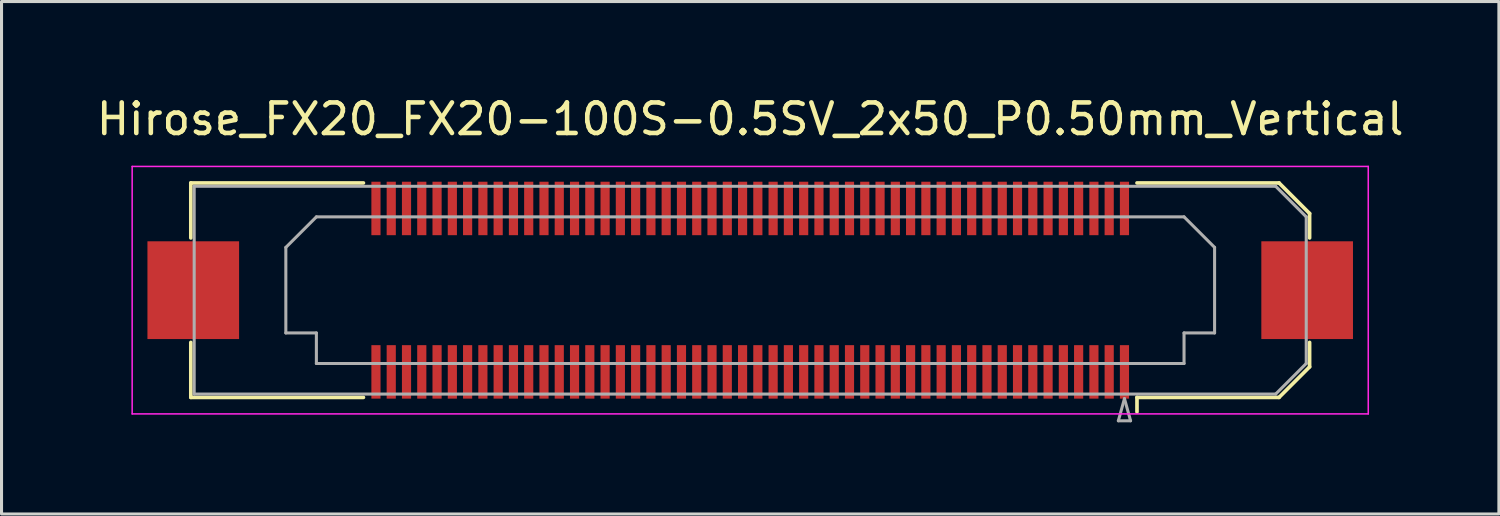
<source format=kicad_pcb>
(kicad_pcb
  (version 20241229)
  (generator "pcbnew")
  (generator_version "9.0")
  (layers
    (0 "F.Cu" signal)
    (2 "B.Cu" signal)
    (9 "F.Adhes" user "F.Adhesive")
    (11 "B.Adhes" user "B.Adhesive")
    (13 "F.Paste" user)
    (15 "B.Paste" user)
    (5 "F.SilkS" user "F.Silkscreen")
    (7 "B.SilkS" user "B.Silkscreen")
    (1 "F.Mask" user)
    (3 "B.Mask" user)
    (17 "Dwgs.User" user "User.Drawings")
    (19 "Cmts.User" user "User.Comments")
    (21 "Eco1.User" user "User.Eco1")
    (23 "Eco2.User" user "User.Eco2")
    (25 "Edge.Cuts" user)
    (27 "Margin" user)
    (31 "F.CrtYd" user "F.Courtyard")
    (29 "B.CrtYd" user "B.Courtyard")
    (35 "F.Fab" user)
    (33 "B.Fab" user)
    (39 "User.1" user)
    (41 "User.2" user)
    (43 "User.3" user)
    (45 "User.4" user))
  (footprint "Hirose_FX20_FX20-100S-0.5SV_2x50_P0.50mm_Vertical"
    (layer "F.Cu")
    (at 21.506 6.448)
    (property "Reference" "Hirose_FX20_FX20-100S-0.5SV_2x50_P0.50mm_Vertical" (at 0 -5.6 0) (layer "F.SilkS") (effects (font (size 1 1) (thickness 0.15))))
    (attr smd)
    (fp_line (start -18.31 -3.51) (end -12.66 -3.51) (stroke (width 0.12) (type solid)) (layer "F.SilkS"))
    (fp_line (start -18.31 -1.71) (end -18.31 -3.51) (stroke (width 0.12) (type solid)) (layer "F.SilkS"))
    (fp_line (start -18.31 3.51) (end -18.31 1.71) (stroke (width 0.12) (type solid)) (layer "F.SilkS"))
    (fp_line (start -12.66 3.51) (end -18.31 3.51) (stroke (width 0.12) (type solid)) (layer "F.SilkS"))
    (fp_line (start 12.66 3.51) (end 17.31 3.51) (stroke (width 0.12) (type solid)) (layer "F.SilkS"))
    (fp_line (start 12.66 3.983) (end 12.66 3.51) (stroke (width 0.12) (type solid)) (layer "F.SilkS"))
    (fp_line (start 17.31 -3.51) (end 12.66 -3.51) (stroke (width 0.12) (type solid)) (layer "F.SilkS"))
    (fp_line (start 17.31 3.51) (end 18.31 2.51) (stroke (width 0.12) (type solid)) (layer "F.SilkS"))
    (fp_line (start 18.31 -2.51) (end 17.31 -3.51) (stroke (width 0.12) (type solid)) (layer "F.SilkS"))
    (fp_line (start 18.31 -1.71) (end 18.31 -2.51) (stroke (width 0.12) (type solid)) (layer "F.SilkS"))
    (fp_line (start 18.31 2.51) (end 18.31 1.71) (stroke (width 0.12) (type solid)) (layer "F.SilkS"))
    (fp_line (start -20.23 -4.05) (end -20.23 4.05) (stroke (width 0.05) (type solid)) (layer "F.CrtYd"))
    (fp_line (start -20.23 4.05) (end 20.23 4.05) (stroke (width 0.05) (type solid)) (layer "F.CrtYd"))
    (fp_line (start 20.23 -4.05) (end -20.23 -4.05) (stroke (width 0.05) (type solid)) (layer "F.CrtYd"))
    (fp_line (start 20.23 4.05) (end 20.23 -4.05) (stroke (width 0.05) (type solid)) (layer "F.CrtYd"))
    (fp_line (start -18.2 -3.4) (end 17.2 -3.4) (stroke (width 0.1) (type solid)) (layer "F.Fab"))
    (fp_line (start -18.2 3.4) (end -18.2 -3.4) (stroke (width 0.1) (type solid)) (layer "F.Fab"))
    (fp_line (start -15.2 -1.4) (end -14.2 -2.4) (stroke (width 0.1) (type solid)) (layer "F.Fab"))
    (fp_line (start -15.2 1.4) (end -15.2 -1.4) (stroke (width 0.1) (type solid)) (layer "F.Fab"))
    (fp_line (start -14.2 -2.4) (end 14.2 -2.4) (stroke (width 0.1) (type solid)) (layer "F.Fab"))
    (fp_line (start -14.2 1.4) (end -15.2 1.4) (stroke (width 0.1) (type solid)) (layer "F.Fab"))
    (fp_line (start -14.2 2.4) (end -14.2 1.4) (stroke (width 0.1) (type solid)) (layer "F.Fab"))
    (fp_line (start 12.05 4.275) (end 12.45 4.275) (stroke (width 0.1) (type solid)) (layer "F.Fab"))
    (fp_line (start 12.25 3.55) (end 12.05 4.275) (stroke (width 0.1) (type solid)) (layer "F.Fab"))
    (fp_line (start 12.45 4.275) (end 12.25 3.55) (stroke (width 0.1) (type solid)) (layer "F.Fab"))
    (fp_line (start 14.2 -2.4) (end 15.2 -1.4) (stroke (width 0.1) (type solid)) (layer "F.Fab"))
    (fp_line (start 14.2 1.4) (end 14.2 2.4) (stroke (width 0.1) (type solid)) (layer "F.Fab"))
    (fp_line (start 14.2 2.4) (end -14.2 2.4) (stroke (width 0.1) (type solid)) (layer "F.Fab"))
    (fp_line (start 15.2 -1.4) (end 15.2 1.4) (stroke (width 0.1) (type solid)) (layer "F.Fab"))
    (fp_line (start 15.2 1.4) (end 14.2 1.4) (stroke (width 0.1) (type solid)) (layer "F.Fab"))
    (fp_line (start 17.2 -3.4) (end 18.2 -2.4) (stroke (width 0.1) (type solid)) (layer "F.Fab"))
    (fp_line (start 17.2 3.4) (end -18.2 3.4) (stroke (width 0.1) (type solid)) (layer "F.Fab"))
    (fp_line (start 18.2 -2.4) (end 18.2 2.4) (stroke (width 0.1) (type solid)) (layer "F.Fab"))
    (fp_line (start 18.2 2.4) (end 17.2 3.4) (stroke (width 0.1) (type solid)) (layer "F.Fab"))
    (pad "" smd rect (at -18.23 0) (size 2.98 3.18) (layers "F.Paste"))
    (pad "" smd rect (at -18.23 0) (size 3 3.2) (layers "F.Cu" "F.Mask"))
    (pad "" smd rect (at -12.25 -2.875) (size 0.28 1.35) (layers "F.Paste"))
    (pad "" smd rect (at -12.25 2.875) (size 0.28 1.35) (layers "F.Paste"))
    (pad "" smd rect (at -11.75 -2.875) (size 0.28 1.35) (layers "F.Paste"))
    (pad "" smd rect (at -11.75 2.875) (size 0.28 1.35) (layers "F.Paste"))
    (pad "" smd rect (at -11.25 -2.875) (size 0.28 1.35) (layers "F.Paste"))
    (pad "" smd rect (at -11.25 2.875) (size 0.28 1.35) (layers "F.Paste"))
    (pad "" smd rect (at -10.75 -2.875) (size 0.28 1.35) (layers "F.Paste"))
    (pad "" smd rect (at -10.75 2.875) (size 0.28 1.35) (layers "F.Paste"))
    (pad "" smd rect (at -10.25 -2.875) (size 0.28 1.35) (layers "F.Paste"))
    (pad "" smd rect (at -10.25 2.875) (size 0.28 1.35) (layers "F.Paste"))
    (pad "" smd rect (at -9.75 -2.875) (size 0.28 1.35) (layers "F.Paste"))
    (pad "" smd rect (at -9.75 2.875) (size 0.28 1.35) (layers "F.Paste"))
    (pad "" smd rect (at -9.25 -2.875) (size 0.28 1.35) (layers "F.Paste"))
    (pad "" smd rect (at -9.25 2.875) (size 0.28 1.35) (layers "F.Paste"))
    (pad "" smd rect (at -8.75 -2.875) (size 0.28 1.35) (layers "F.Paste"))
    (pad "" smd rect (at -8.75 2.875) (size 0.28 1.35) (layers "F.Paste"))
    (pad "" smd rect (at -8.25 -2.875) (size 0.28 1.35) (layers "F.Paste"))
    (pad "" smd rect (at -8.25 2.875) (size 0.28 1.35) (layers "F.Paste"))
    (pad "" smd rect (at -7.75 -2.875) (size 0.28 1.35) (layers "F.Paste"))
    (pad "" smd rect (at -7.75 2.875) (size 0.28 1.35) (layers "F.Paste"))
    (pad "" smd rect (at -7.25 -2.875) (size 0.28 1.35) (layers "F.Paste"))
    (pad "" smd rect (at -7.25 2.875) (size 0.28 1.35) (layers "F.Paste"))
    (pad "" smd rect (at -6.75 -2.875) (size 0.28 1.35) (layers "F.Paste"))
    (pad "" smd rect (at -6.75 2.875) (size 0.28 1.35) (layers "F.Paste"))
    (pad "" smd rect (at -6.25 -2.875) (size 0.28 1.35) (layers "F.Paste"))
    (pad "" smd rect (at -6.25 2.875) (size 0.28 1.35) (layers "F.Paste"))
    (pad "" smd rect (at -5.75 -2.875) (size 0.28 1.35) (layers "F.Paste"))
    (pad "" smd rect (at -5.75 2.875) (size 0.28 1.35) (layers "F.Paste"))
    (pad "" smd rect (at -5.25 -2.875) (size 0.28 1.35) (layers "F.Paste"))
    (pad "" smd rect (at -5.25 2.875) (size 0.28 1.35) (layers "F.Paste"))
    (pad "" smd rect (at -4.75 -2.875) (size 0.28 1.35) (layers "F.Paste"))
    (pad "" smd rect (at -4.75 2.875) (size 0.28 1.35) (layers "F.Paste"))
    (pad "" smd rect (at -4.25 -2.875) (size 0.28 1.35) (layers "F.Paste"))
    (pad "" smd rect (at -4.25 2.875) (size 0.28 1.35) (layers "F.Paste"))
    (pad "" smd rect (at -3.75 -2.875) (size 0.28 1.35) (layers "F.Paste"))
    (pad "" smd rect (at -3.75 2.875) (size 0.28 1.35) (layers "F.Paste"))
    (pad "" smd rect (at -3.25 -2.875) (size 0.28 1.35) (layers "F.Paste"))
    (pad "" smd rect (at -3.25 2.875) (size 0.28 1.35) (layers "F.Paste"))
    (pad "" smd rect (at -2.75 -2.875) (size 0.28 1.35) (layers "F.Paste"))
    (pad "" smd rect (at -2.75 2.875) (size 0.28 1.35) (layers "F.Paste"))
    (pad "" smd rect (at -2.25 -2.875) (size 0.28 1.35) (layers "F.Paste"))
    (pad "" smd rect (at -2.25 2.875) (size 0.28 1.35) (layers "F.Paste"))
    (pad "" smd rect (at -1.75 -2.875) (size 0.28 1.35) (layers "F.Paste"))
    (pad "" smd rect (at -1.75 2.875) (size 0.28 1.35) (layers "F.Paste"))
    (pad "" smd rect (at -1.25 -2.875) (size 0.28 1.35) (layers "F.Paste"))
    (pad "" smd rect (at -1.25 2.875) (size 0.28 1.35) (layers "F.Paste"))
    (pad "" smd rect (at -0.75 -2.875) (size 0.28 1.35) (layers "F.Paste"))
    (pad "" smd rect (at -0.75 2.875) (size 0.28 1.35) (layers "F.Paste"))
    (pad "" smd rect (at -0.25 -2.875) (size 0.28 1.35) (layers "F.Paste"))
    (pad "" smd rect (at -0.25 2.875) (size 0.28 1.35) (layers "F.Paste"))
    (pad "" smd rect (at 0.25 -2.875) (size 0.28 1.35) (layers "F.Paste"))
    (pad "" smd rect (at 0.25 2.875) (size 0.28 1.35) (layers "F.Paste"))
    (pad "" smd rect (at 0.75 -2.875) (size 0.28 1.35) (layers "F.Paste"))
    (pad "" smd rect (at 0.75 2.875) (size 0.28 1.35) (layers "F.Paste"))
    (pad "" smd rect (at 1.25 -2.875) (size 0.28 1.35) (layers "F.Paste"))
    (pad "" smd rect (at 1.25 2.875) (size 0.28 1.35) (layers "F.Paste"))
    (pad "" smd rect (at 1.75 -2.875) (size 0.28 1.35) (layers "F.Paste"))
    (pad "" smd rect (at 1.75 2.875) (size 0.28 1.35) (layers "F.Paste"))
    (pad "" smd rect (at 2.25 -2.875) (size 0.28 1.35) (layers "F.Paste"))
    (pad "" smd rect (at 2.25 2.875) (size 0.28 1.35) (layers "F.Paste"))
    (pad "" smd rect (at 2.75 -2.875) (size 0.28 1.35) (layers "F.Paste"))
    (pad "" smd rect (at 2.75 2.875) (size 0.28 1.35) (layers "F.Paste"))
    (pad "" smd rect (at 3.25 -2.875) (size 0.28 1.35) (layers "F.Paste"))
    (pad "" smd rect (at 3.25 2.875) (size 0.28 1.35) (layers "F.Paste"))
    (pad "" smd rect (at 3.75 -2.875) (size 0.28 1.35) (layers "F.Paste"))
    (pad "" smd rect (at 3.75 2.875) (size 0.28 1.35) (layers "F.Paste"))
    (pad "" smd rect (at 4.25 -2.875) (size 0.28 1.35) (layers "F.Paste"))
    (pad "" smd rect (at 4.25 2.875) (size 0.28 1.35) (layers "F.Paste"))
    (pad "" smd rect (at 4.75 -2.875) (size 0.28 1.35) (layers "F.Paste"))
    (pad "" smd rect (at 4.75 2.875) (size 0.28 1.35) (layers "F.Paste"))
    (pad "" smd rect (at 5.25 -2.875) (size 0.28 1.35) (layers "F.Paste"))
    (pad "" smd rect (at 5.25 2.875) (size 0.28 1.35) (layers "F.Paste"))
    (pad "" smd rect (at 5.75 -2.875) (size 0.28 1.35) (layers "F.Paste"))
    (pad "" smd rect (at 5.75 2.875) (size 0.28 1.35) (layers "F.Paste"))
    (pad "" smd rect (at 6.25 -2.875) (size 0.28 1.35) (layers "F.Paste"))
    (pad "" smd rect (at 6.25 2.875) (size 0.28 1.35) (layers "F.Paste"))
    (pad "" smd rect (at 6.75 -2.875) (size 0.28 1.35) (layers "F.Paste"))
    (pad "" smd rect (at 6.75 2.875) (size 0.28 1.35) (layers "F.Paste"))
    (pad "" smd rect (at 7.25 -2.875) (size 0.28 1.35) (layers "F.Paste"))
    (pad "" smd rect (at 7.25 2.875) (size 0.28 1.35) (layers "F.Paste"))
    (pad "" smd rect (at 7.75 -2.875) (size 0.28 1.35) (layers "F.Paste"))
    (pad "" smd rect (at 7.75 2.875) (size 0.28 1.35) (layers "F.Paste"))
    (pad "" smd rect (at 8.25 -2.875) (size 0.28 1.35) (layers "F.Paste"))
    (pad "" smd rect (at 8.25 2.875) (size 0.28 1.35) (layers "F.Paste"))
    (pad "" smd rect (at 8.75 -2.875) (size 0.28 1.35) (layers "F.Paste"))
    (pad "" smd rect (at 8.75 2.875) (size 0.28 1.35) (layers "F.Paste"))
    (pad "" smd rect (at 9.25 -2.875) (size 0.28 1.35) (layers "F.Paste"))
    (pad "" smd rect (at 9.25 2.875) (size 0.28 1.35) (layers "F.Paste"))
    (pad "" smd rect (at 9.75 -2.875) (size 0.28 1.35) (layers "F.Paste"))
    (pad "" smd rect (at 9.75 2.875) (size 0.28 1.35) (layers "F.Paste"))
    (pad "" smd rect (at 10.25 -2.875) (size 0.28 1.35) (layers "F.Paste"))
    (pad "" smd rect (at 10.25 2.875) (size 0.28 1.35) (layers "F.Paste"))
    (pad "" smd rect (at 10.75 -2.875) (size 0.28 1.35) (layers "F.Paste"))
    (pad "" smd rect (at 10.75 2.875) (size 0.28 1.35) (layers "F.Paste"))
    (pad "" smd rect (at 11.25 -2.875) (size 0.28 1.35) (layers "F.Paste"))
    (pad "" smd rect (at 11.25 2.875) (size 0.28 1.35) (layers "F.Paste"))
    (pad "" smd rect (at 11.75 -2.875) (size 0.28 1.35) (layers "F.Paste"))
    (pad "" smd rect (at 11.75 2.875) (size 0.28 1.35) (layers "F.Paste"))
    (pad "" smd rect (at 12.25 -2.875) (size 0.28 1.35) (layers "F.Paste"))
    (pad "" smd rect (at 12.25 2.875) (size 0.28 1.35) (layers "F.Paste"))
    (pad "" smd rect (at 18.23 0) (size 2.98 3.18) (layers "F.Paste"))
    (pad "" smd rect (at 18.23 0) (size 3 3.2) (layers "F.Cu" "F.Mask"))
    (pad "1" smd rect (at 12.25 2.675) (size 0.3 1.75) (layers "F.Cu" "F.Mask"))
    (pad "2" smd rect (at 12.25 -2.675) (size 0.3 1.75) (layers "F.Cu" "F.Mask"))
    (pad "3" smd rect (at 11.75 2.675) (size 0.3 1.75) (layers "F.Cu" "F.Mask"))
    (pad "4" smd rect (at 11.75 -2.675) (size 0.3 1.75) (layers "F.Cu" "F.Mask"))
    (pad "5" smd rect (at 11.25 2.675) (size 0.3 1.75) (layers "F.Cu" "F.Mask"))
    (pad "6" smd rect (at 11.25 -2.675) (size 0.3 1.75) (layers "F.Cu" "F.Mask"))
    (pad "7" smd rect (at 10.75 2.675) (size 0.3 1.75) (layers "F.Cu" "F.Mask"))
    (pad "8" smd rect (at 10.75 -2.675) (size 0.3 1.75) (layers "F.Cu" "F.Mask"))
    (pad "9" smd rect (at 10.25 2.675) (size 0.3 1.75) (layers "F.Cu" "F.Mask"))
    (pad "10" smd rect (at 10.25 -2.675) (size 0.3 1.75) (layers "F.Cu" "F.Mask"))
    (pad "11" smd rect (at 9.75 2.675) (size 0.3 1.75) (layers "F.Cu" "F.Mask"))
    (pad "12" smd rect (at 9.75 -2.675) (size 0.3 1.75) (layers "F.Cu" "F.Mask"))
    (pad "13" smd rect (at 9.25 2.675) (size 0.3 1.75) (layers "F.Cu" "F.Mask"))
    (pad "14" smd rect (at 9.25 -2.675) (size 0.3 1.75) (layers "F.Cu" "F.Mask"))
    (pad "15" smd rect (at 8.75 2.675) (size 0.3 1.75) (layers "F.Cu" "F.Mask"))
    (pad "16" smd rect (at 8.75 -2.675) (size 0.3 1.75) (layers "F.Cu" "F.Mask"))
    (pad "17" smd rect (at 8.25 2.675) (size 0.3 1.75) (layers "F.Cu" "F.Mask"))
    (pad "18" smd rect (at 8.25 -2.675) (size 0.3 1.75) (layers "F.Cu" "F.Mask"))
    (pad "19" smd rect (at 7.75 2.675) (size 0.3 1.75) (layers "F.Cu" "F.Mask"))
    (pad "20" smd rect (at 7.75 -2.675) (size 0.3 1.75) (layers "F.Cu" "F.Mask"))
    (pad "21" smd rect (at 7.25 2.675) (size 0.3 1.75) (layers "F.Cu" "F.Mask"))
    (pad "22" smd rect (at 7.25 -2.675) (size 0.3 1.75) (layers "F.Cu" "F.Mask"))
    (pad "23" smd rect (at 6.75 2.675) (size 0.3 1.75) (layers "F.Cu" "F.Mask"))
    (pad "24" smd rect (at 6.75 -2.675) (size 0.3 1.75) (layers "F.Cu" "F.Mask"))
    (pad "25" smd rect (at 6.25 2.675) (size 0.3 1.75) (layers "F.Cu" "F.Mask"))
    (pad "26" smd rect (at 6.25 -2.675) (size 0.3 1.75) (layers "F.Cu" "F.Mask"))
    (pad "27" smd rect (at 5.75 2.675) (size 0.3 1.75) (layers "F.Cu" "F.Mask"))
    (pad "28" smd rect (at 5.75 -2.675) (size 0.3 1.75) (layers "F.Cu" "F.Mask"))
    (pad "29" smd rect (at 5.25 2.675) (size 0.3 1.75) (layers "F.Cu" "F.Mask"))
    (pad "30" smd rect (at 5.25 -2.675) (size 0.3 1.75) (layers "F.Cu" "F.Mask"))
    (pad "31" smd rect (at 4.75 2.675) (size 0.3 1.75) (layers "F.Cu" "F.Mask"))
    (pad "32" smd rect (at 4.75 -2.675) (size 0.3 1.75) (layers "F.Cu" "F.Mask"))
    (pad "33" smd rect (at 4.25 2.675) (size 0.3 1.75) (layers "F.Cu" "F.Mask"))
    (pad "34" smd rect (at 4.25 -2.675) (size 0.3 1.75) (layers "F.Cu" "F.Mask"))
    (pad "35" smd rect (at 3.75 2.675) (size 0.3 1.75) (layers "F.Cu" "F.Mask"))
    (pad "36" smd rect (at 3.75 -2.675) (size 0.3 1.75) (layers "F.Cu" "F.Mask"))
    (pad "37" smd rect (at 3.25 2.675) (size 0.3 1.75) (layers "F.Cu" "F.Mask"))
    (pad "38" smd rect (at 3.25 -2.675) (size 0.3 1.75) (layers "F.Cu" "F.Mask"))
    (pad "39" smd rect (at 2.75 2.675) (size 0.3 1.75) (layers "F.Cu" "F.Mask"))
    (pad "40" smd rect (at 2.75 -2.675) (size 0.3 1.75) (layers "F.Cu" "F.Mask"))
    (pad "41" smd rect (at 2.25 2.675) (size 0.3 1.75) (layers "F.Cu" "F.Mask"))
    (pad "42" smd rect (at 2.25 -2.675) (size 0.3 1.75) (layers "F.Cu" "F.Mask"))
    (pad "43" smd rect (at 1.75 2.675) (size 0.3 1.75) (layers "F.Cu" "F.Mask"))
    (pad "44" smd rect (at 1.75 -2.675) (size 0.3 1.75) (layers "F.Cu" "F.Mask"))
    (pad "45" smd rect (at 1.25 2.675) (size 0.3 1.75) (layers "F.Cu" "F.Mask"))
    (pad "46" smd rect (at 1.25 -2.675) (size 0.3 1.75) (layers "F.Cu" "F.Mask"))
    (pad "47" smd rect (at 0.75 2.675) (size 0.3 1.75) (layers "F.Cu" "F.Mask"))
    (pad "48" smd rect (at 0.75 -2.675) (size 0.3 1.75) (layers "F.Cu" "F.Mask"))
    (pad "49" smd rect (at 0.25 2.675) (size 0.3 1.75) (layers "F.Cu" "F.Mask"))
    (pad "50" smd rect (at 0.25 -2.675) (size 0.3 1.75) (layers "F.Cu" "F.Mask"))
    (pad "51" smd rect (at -0.25 2.675) (size 0.3 1.75) (layers "F.Cu" "F.Mask"))
    (pad "52" smd rect (at -0.25 -2.675) (size 0.3 1.75) (layers "F.Cu" "F.Mask"))
    (pad "53" smd rect (at -0.75 2.675) (size 0.3 1.75) (layers "F.Cu" "F.Mask"))
    (pad "54" smd rect (at -0.75 -2.675) (size 0.3 1.75) (layers "F.Cu" "F.Mask"))
    (pad "55" smd rect (at -1.25 2.675) (size 0.3 1.75) (layers "F.Cu" "F.Mask"))
    (pad "56" smd rect (at -1.25 -2.675) (size 0.3 1.75) (layers "F.Cu" "F.Mask"))
    (pad "57" smd rect (at -1.75 2.675) (size 0.3 1.75) (layers "F.Cu" "F.Mask"))
    (pad "58" smd rect (at -1.75 -2.675) (size 0.3 1.75) (layers "F.Cu" "F.Mask"))
    (pad "59" smd rect (at -2.25 2.675) (size 0.3 1.75) (layers "F.Cu" "F.Mask"))
    (pad "60" smd rect (at -2.25 -2.675) (size 0.3 1.75) (layers "F.Cu" "F.Mask"))
    (pad "61" smd rect (at -2.75 2.675) (size 0.3 1.75) (layers "F.Cu" "F.Mask"))
    (pad "62" smd rect (at -2.75 -2.675) (size 0.3 1.75) (layers "F.Cu" "F.Mask"))
    (pad "63" smd rect (at -3.25 2.675) (size 0.3 1.75) (layers "F.Cu" "F.Mask"))
    (pad "64" smd rect (at -3.25 -2.675) (size 0.3 1.75) (layers "F.Cu" "F.Mask"))
    (pad "65" smd rect (at -3.75 2.675) (size 0.3 1.75) (layers "F.Cu" "F.Mask"))
    (pad "66" smd rect (at -3.75 -2.675) (size 0.3 1.75) (layers "F.Cu" "F.Mask"))
    (pad "67" smd rect (at -4.25 2.675) (size 0.3 1.75) (layers "F.Cu" "F.Mask"))
    (pad "68" smd rect (at -4.25 -2.675) (size 0.3 1.75) (layers "F.Cu" "F.Mask"))
    (pad "69" smd rect (at -4.75 2.675) (size 0.3 1.75) (layers "F.Cu" "F.Mask"))
    (pad "70" smd rect (at -4.75 -2.675) (size 0.3 1.75) (layers "F.Cu" "F.Mask"))
    (pad "71" smd rect (at -5.25 2.675) (size 0.3 1.75) (layers "F.Cu" "F.Mask"))
    (pad "72" smd rect (at -5.25 -2.675) (size 0.3 1.75) (layers "F.Cu" "F.Mask"))
    (pad "73" smd rect (at -5.75 2.675) (size 0.3 1.75) (layers "F.Cu" "F.Mask"))
    (pad "74" smd rect (at -5.75 -2.675) (size 0.3 1.75) (layers "F.Cu" "F.Mask"))
    (pad "75" smd rect (at -6.25 2.675) (size 0.3 1.75) (layers "F.Cu" "F.Mask"))
    (pad "76" smd rect (at -6.25 -2.675) (size 0.3 1.75) (layers "F.Cu" "F.Mask"))
    (pad "77" smd rect (at -6.75 2.675) (size 0.3 1.75) (layers "F.Cu" "F.Mask"))
    (pad "78" smd rect (at -6.75 -2.675) (size 0.3 1.75) (layers "F.Cu" "F.Mask"))
    (pad "79" smd rect (at -7.25 2.675) (size 0.3 1.75) (layers "F.Cu" "F.Mask"))
    (pad "80" smd rect (at -7.25 -2.675) (size 0.3 1.75) (layers "F.Cu" "F.Mask"))
    (pad "81" smd rect (at -7.75 2.675) (size 0.3 1.75) (layers "F.Cu" "F.Mask"))
    (pad "82" smd rect (at -7.75 -2.675) (size 0.3 1.75) (layers "F.Cu" "F.Mask"))
    (pad "83" smd rect (at -8.25 2.675) (size 0.3 1.75) (layers "F.Cu" "F.Mask"))
    (pad "84" smd rect (at -8.25 -2.675) (size 0.3 1.75) (layers "F.Cu" "F.Mask"))
    (pad "85" smd rect (at -8.75 2.675) (size 0.3 1.75) (layers "F.Cu" "F.Mask"))
    (pad "86" smd rect (at -8.75 -2.675) (size 0.3 1.75) (layers "F.Cu" "F.Mask"))
    (pad "87" smd rect (at -9.25 2.675) (size 0.3 1.75) (layers "F.Cu" "F.Mask"))
    (pad "88" smd rect (at -9.25 -2.675) (size 0.3 1.75) (layers "F.Cu" "F.Mask"))
    (pad "89" smd rect (at -9.75 2.675) (size 0.3 1.75) (layers "F.Cu" "F.Mask"))
    (pad "90" smd rect (at -9.75 -2.675) (size 0.3 1.75) (layers "F.Cu" "F.Mask"))
    (pad "91" smd rect (at -10.25 2.675) (size 0.3 1.75) (layers "F.Cu" "F.Mask"))
    (pad "92" smd rect (at -10.25 -2.675) (size 0.3 1.75) (layers "F.Cu" "F.Mask"))
    (pad "93" smd rect (at -10.75 2.675) (size 0.3 1.75) (layers "F.Cu" "F.Mask"))
    (pad "94" smd rect (at -10.75 -2.675) (size 0.3 1.75) (layers "F.Cu" "F.Mask"))
    (pad "95" smd rect (at -11.25 2.675) (size 0.3 1.75) (layers "F.Cu" "F.Mask"))
    (pad "96" smd rect (at -11.25 -2.675) (size 0.3 1.75) (layers "F.Cu" "F.Mask"))
    (pad "97" smd rect (at -11.75 2.675) (size 0.3 1.75) (layers "F.Cu" "F.Mask"))
    (pad "98" smd rect (at -11.75 -2.675) (size 0.3 1.75) (layers "F.Cu" "F.Mask"))
    (pad "99" smd rect (at -12.25 2.675) (size 0.3 1.75) (layers "F.Cu" "F.Mask"))
    (pad "100" smd rect (at -12.25 -2.675) (size 0.3 1.75) (layers "F.Cu" "F.Mask")))
  (gr_rect
    (start -3 -3)
    (end 46.012 13.773)
    (stroke (width 0.1) (type default))
    (fill no)
    (layer "Edge.Cuts")))
</source>
